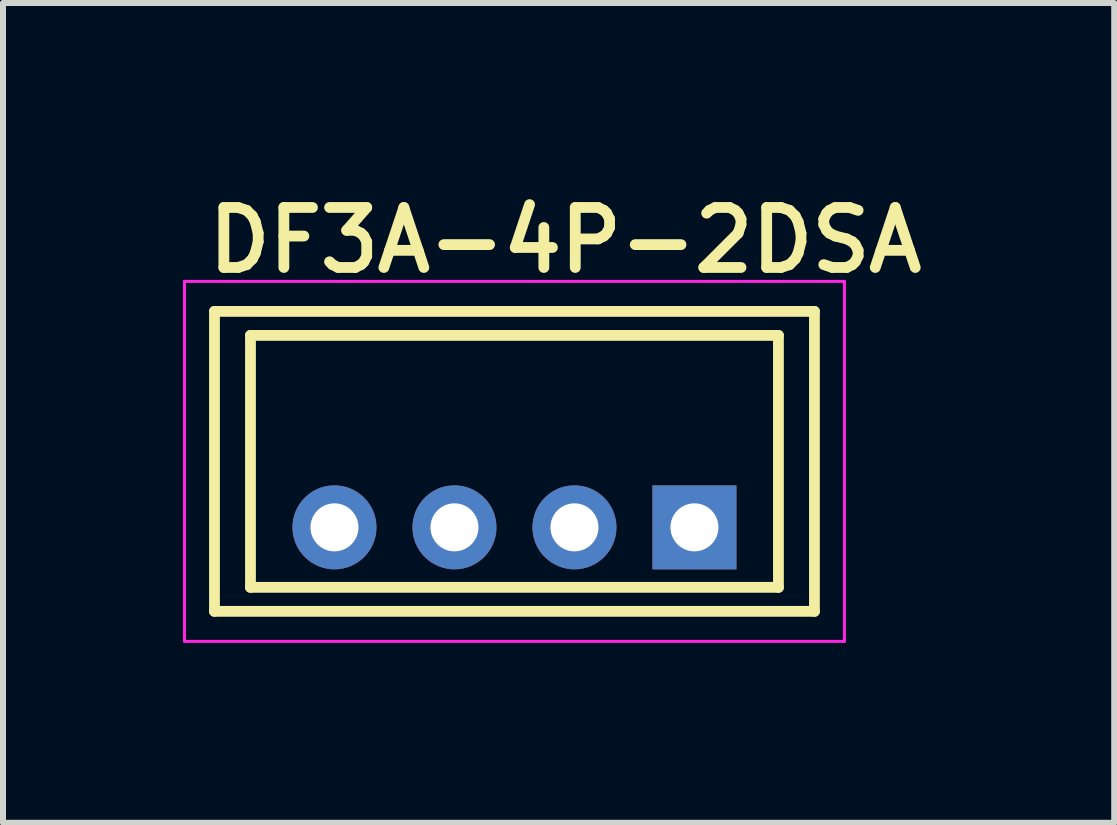
<source format=kicad_pcb>
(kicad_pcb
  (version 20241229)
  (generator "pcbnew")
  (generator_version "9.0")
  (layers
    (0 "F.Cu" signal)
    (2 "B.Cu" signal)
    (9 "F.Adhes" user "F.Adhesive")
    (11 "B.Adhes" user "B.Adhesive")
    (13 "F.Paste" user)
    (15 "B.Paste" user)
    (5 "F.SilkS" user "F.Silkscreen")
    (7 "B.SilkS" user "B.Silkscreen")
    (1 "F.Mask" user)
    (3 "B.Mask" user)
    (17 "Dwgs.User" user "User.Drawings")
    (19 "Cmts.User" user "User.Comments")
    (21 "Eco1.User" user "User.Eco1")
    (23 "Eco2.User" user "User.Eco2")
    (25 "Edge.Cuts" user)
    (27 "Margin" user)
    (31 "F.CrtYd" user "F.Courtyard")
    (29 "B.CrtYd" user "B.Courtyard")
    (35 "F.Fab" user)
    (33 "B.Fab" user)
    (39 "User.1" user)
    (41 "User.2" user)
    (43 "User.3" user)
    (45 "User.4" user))
  (footprint "DF3A-4P-2DSA"
    (layer "F.Cu")
    (at 5.525 5.74)
    (property "Reference" "DF3A-4P-2DSA" (at -5.2 -4.2 0) (layer "F.SilkS") (effects (font (size 1 1) (thickness 0.18)) (justify left bottom)))
    (attr through_hole)
    (fp_line (start -5 -3.6) (end 5 -3.6) (stroke (width 0.18) (type solid)) (layer "F.SilkS"))
    (fp_line (start -5 1.4) (end -5 -3.6) (stroke (width 0.18) (type solid)) (layer "F.SilkS"))
    (fp_line (start -5 1.4) (end 5 1.4) (stroke (width 0.18) (type solid)) (layer "F.SilkS"))
    (fp_line (start -4.4 -3.2) (end -4.4 1) (stroke (width 0.18) (type solid)) (layer "F.SilkS"))
    (fp_line (start -4.4 -3.2) (end 4.4 -3.2) (stroke (width 0.18) (type solid)) (layer "F.SilkS"))
    (fp_line (start -4.4 1) (end 4.4 1) (stroke (width 0.18) (type solid)) (layer "F.SilkS"))
    (fp_line (start 4.4 -3.2) (end 4.4 1) (stroke (width 0.18) (type solid)) (layer "F.SilkS"))
    (fp_line (start 5 -3.6) (end 5 1.4) (stroke (width 0.18) (type solid)) (layer "F.SilkS"))
    (fp_line (start -5.5 -4.1) (end 5.5 -4.1) (stroke (width 0.05) (type solid)) (layer "F.CrtYd"))
    (fp_line (start -5.5 1.9) (end -5.5 -4.1) (stroke (width 0.05) (type solid)) (layer "F.CrtYd"))
    (fp_line (start 5.5 -4.1) (end 5.5 1.9) (stroke (width 0.05) (type solid)) (layer "F.CrtYd"))
    (fp_line (start 5.5 1.9) (end -5.5 1.9) (stroke (width 0.05) (type solid)) (layer "F.CrtYd"))
    (pad "1" thru_hole rect (at 3 0) (size 1.4 1.4) (drill 0.8) (layers "*.Cu" "*.Mask"))
    (pad "2" thru_hole circle (at 1 0) (size 1.4 1.4) (drill 0.8) (layers "*.Cu" "*.Mask"))
    (pad "3" thru_hole circle (at -1 0) (size 1.4 1.4) (drill 0.8) (layers "*.Cu" "*.Mask"))
    (pad "4" thru_hole circle (at -3 0) (size 1.4 1.4) (drill 0.8) (layers "*.Cu" "*.Mask")))
  (gr_rect
    (start -3 -3)
    (end 15.522 10.665)
    (stroke (width 0.1) (type default))
    (fill no)
    (layer "Edge.Cuts")))
</source>
